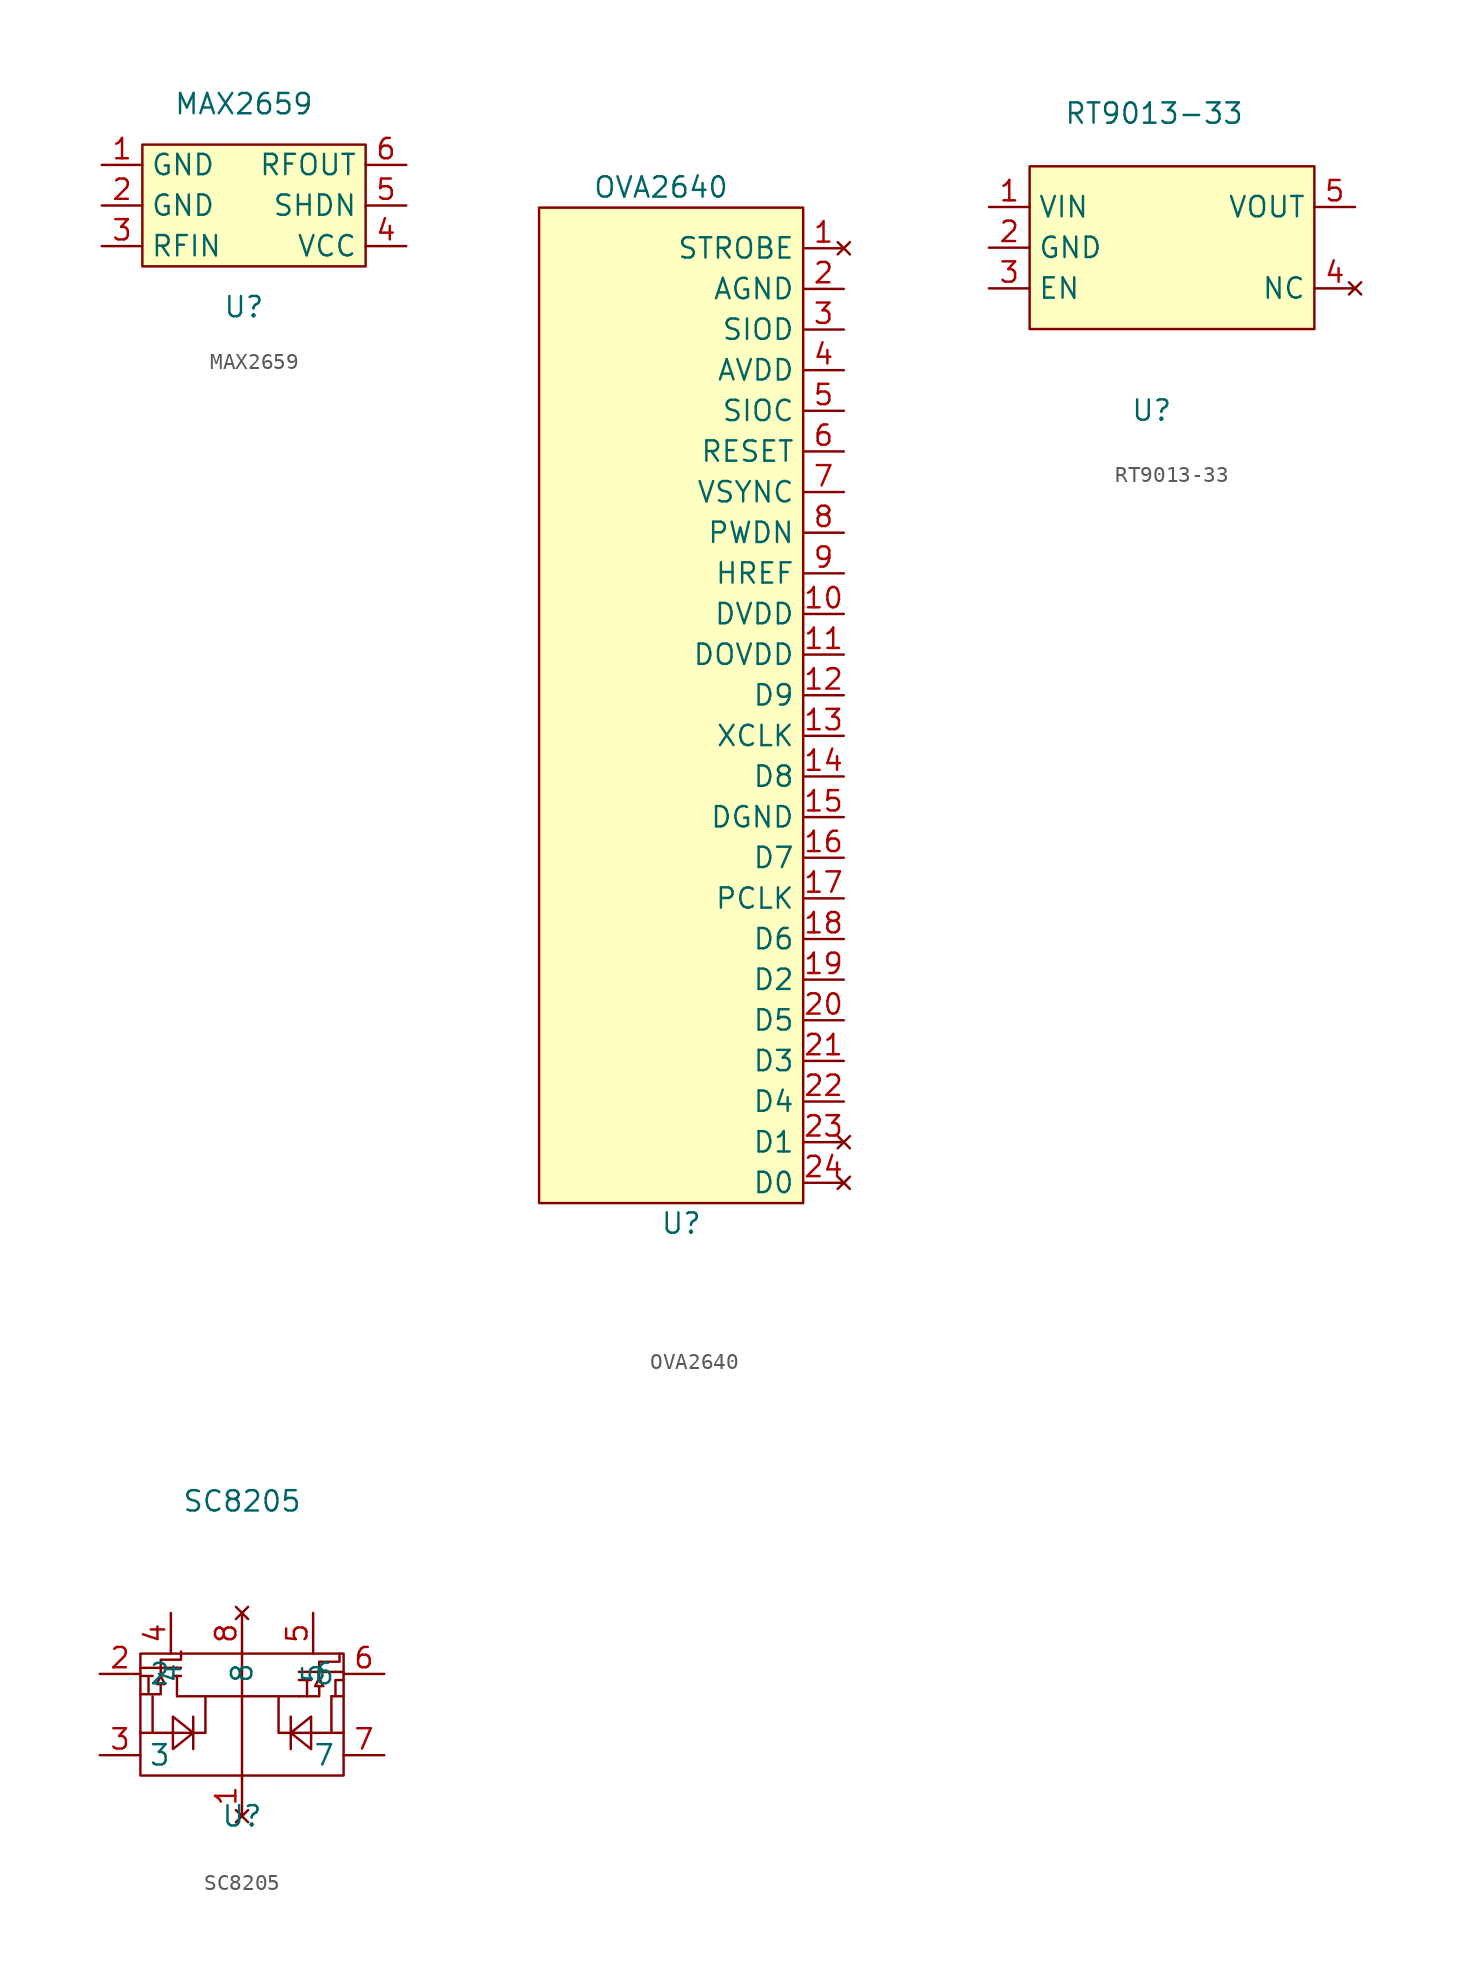
<source format=kicad_sym>
(kicad_symbol_lib
  (version 20211014)
  (generator kicad_symbol_editor)
  (symbol "MAX2659"
    (property "Reference" "U"
      (at 0 -3.81 0)
      (effects (font (size 1.27 1.27))))
    (property "Value" "MAX2659"
      (at 0 8.89 0)
      (effects (font (size 1.27 1.27))))
    (symbol "MAX2659_0_1"
      (rectangle (start -6.35 6.35) (end 7.62 -1.27) (stroke (width 0) (type default) (color 0 0 0 0)) (fill (type background))))
    (symbol "MAX2659_1_1"
      (pin power_in line (at -8.89 5.08 0) (length 2.54) (name "GND" (effects (font (size 1.27 1.27)))) (number "1" (effects (font (size 1.27 1.27)))))
      (pin power_in line (at -8.89 2.54 0) (length 2.54) (name "GND" (effects (font (size 1.27 1.27)))) (number "2" (effects (font (size 1.27 1.27)))))
      (pin input line (at -8.89 0 0) (length 2.54) (name "RFIN" (effects (font (size 1.27 1.27)))) (number "3" (effects (font (size 1.27 1.27)))))
      (pin power_in line (at 10.16 0 180) (length 2.54) (name "VCC" (effects (font (size 1.27 1.27)))) (number "4" (effects (font (size 1.27 1.27)))))
      (pin input line (at 10.16 2.54 180) (length 2.54) (name "SHDN" (effects (font (size 1.27 1.27)))) (number "5" (effects (font (size 1.27 1.27)))))
      (pin output line (at 10.16 5.08 180) (length 2.54) (name "RFOUT" (effects (font (size 1.27 1.27)))) (number "6" (effects (font (size 1.27 1.27)))))))
  (symbol "OVA2640"
    (property "Reference" "U"
      (at 1.27 -26.67 0)
      (effects (font (size 1.27 1.27))))
    (property "Value" "OVA2640"
      (at 0 38.1 0)
      (effects (font (size 1.27 1.27))))
    (symbol "OVA2640_0_1"
      (rectangle (start -7.62 36.83) (end 8.89 -25.4) (stroke (width 0) (type default) (color 0 0 0 0)) (fill (type background))))
    (symbol "OVA2640_1_1"
      (pin no_connect line (at 11.43 34.29 180) (length 2.54) (name "STROBE" (effects (font (size 1.27 1.27)))) (number "1" (effects (font (size 1.27 1.27)))))
      (pin power_in line (at 11.43 11.43 180) (length 2.54) (name "DVDD" (effects (font (size 1.27 1.27)))) (number "10" (effects (font (size 1.27 1.27)))))
      (pin power_in line (at 11.43 8.89 180) (length 2.54) (name "DOVDD" (effects (font (size 1.27 1.27)))) (number "11" (effects (font (size 1.27 1.27)))))
      (pin input line (at 11.43 6.35 180) (length 2.54) (name "D9" (effects (font (size 1.27 1.27)))) (number "12" (effects (font (size 1.27 1.27)))))
      (pin bidirectional line (at 11.43 3.81 180) (length 2.54) (name "XCLK" (effects (font (size 1.27 1.27)))) (number "13" (effects (font (size 1.27 1.27)))))
      (pin output line (at 11.43 1.27 180) (length 2.54) (name "D8" (effects (font (size 1.27 1.27)))) (number "14" (effects (font (size 1.27 1.27)))))
      (pin power_in line (at 11.43 -1.27 180) (length 2.54) (name "DGND" (effects (font (size 1.27 1.27)))) (number "15" (effects (font (size 1.27 1.27)))))
      (pin output line (at 11.43 -3.81 180) (length 2.54) (name "D7" (effects (font (size 1.27 1.27)))) (number "16" (effects (font (size 1.27 1.27)))))
      (pin bidirectional line (at 11.43 -6.35 180) (length 2.54) (name "PCLK" (effects (font (size 1.27 1.27)))) (number "17" (effects (font (size 1.27 1.27)))))
      (pin output line (at 11.43 -8.89 180) (length 2.54) (name "D6" (effects (font (size 1.27 1.27)))) (number "18" (effects (font (size 1.27 1.27)))))
      (pin output line (at 11.43 -11.43 180) (length 2.54) (name "D2" (effects (font (size 1.27 1.27)))) (number "19" (effects (font (size 1.27 1.27)))))
      (pin power_in line (at 11.43 31.75 180) (length 2.54) (name "AGND" (effects (font (size 1.27 1.27)))) (number "2" (effects (font (size 1.27 1.27)))))
      (pin output line (at 11.43 -13.97 180) (length 2.54) (name "D5" (effects (font (size 1.27 1.27)))) (number "20" (effects (font (size 1.27 1.27)))))
      (pin output line (at 11.43 -16.51 180) (length 2.54) (name "D3" (effects (font (size 1.27 1.27)))) (number "21" (effects (font (size 1.27 1.27)))))
      (pin output line (at 11.43 -19.05 180) (length 2.54) (name "D4" (effects (font (size 1.27 1.27)))) (number "22" (effects (font (size 1.27 1.27)))))
      (pin no_connect line (at 11.43 -21.59 180) (length 2.54) (name "D1" (effects (font (size 1.27 1.27)))) (number "23" (effects (font (size 1.27 1.27)))))
      (pin no_connect line (at 11.43 -24.13 180) (length 2.54) (name "D0" (effects (font (size 1.27 1.27)))) (number "24" (effects (font (size 1.27 1.27)))))
      (pin bidirectional line (at 11.43 29.21 180) (length 2.54) (name "SIOD" (effects (font (size 1.27 1.27)))) (number "3" (effects (font (size 1.27 1.27)))))
      (pin power_in line (at 11.43 26.67 180) (length 2.54) (name "AVDD" (effects (font (size 1.27 1.27)))) (number "4" (effects (font (size 1.27 1.27)))))
      (pin bidirectional line (at 11.43 24.13 180) (length 2.54) (name "SIOC" (effects (font (size 1.27 1.27)))) (number "5" (effects (font (size 1.27 1.27)))))
      (pin bidirectional line (at 11.43 21.59 180) (length 2.54) (name "RESET" (effects (font (size 1.27 1.27)))) (number "6" (effects (font (size 1.27 1.27)))))
      (pin bidirectional line (at 11.43 19.05 180) (length 2.54) (name "VSYNC" (effects (font (size 1.27 1.27)))) (number "7" (effects (font (size 1.27 1.27)))))
      (pin bidirectional line (at 11.43 16.51 180) (length 2.54) (name "PWDN" (effects (font (size 1.27 1.27)))) (number "8" (effects (font (size 1.27 1.27)))))
      (pin bidirectional line (at 11.43 13.97 180) (length 2.54) (name "HREF" (effects (font (size 1.27 1.27)))) (number "9" (effects (font (size 1.27 1.27)))))))
  (symbol "RT9013-33"
    (property "Reference" "U"
      (at 0 -7.62 0)
      (effects (font (size 1.27 1.27))))
    (property "Value" "RT9013-33"
      (at 0.152 10.922 0)
      (effects (font (size 1.27 1.27))))
    (symbol "RT9013-33_0_1"
      (rectangle (start -7.62 7.62) (end 10.16 -2.54) (stroke (width 0) (type default) (color 0 0 0 0)) (fill (type background))))
    (symbol "RT9013-33_1_1"
      (pin input line (at -10.16 5.08 0) (length 2.54) (name "VIN" (effects (font (size 1.27 1.27)))) (number "1" (effects (font (size 1.27 1.27)))))
      (pin input line (at -10.16 2.54 0) (length 2.54) (name "GND" (effects (font (size 1.27 1.27)))) (number "2" (effects (font (size 1.27 1.27)))))
      (pin input line (at -10.16 0 0) (length 2.54) (name "EN" (effects (font (size 1.27 1.27)))) (number "3" (effects (font (size 1.27 1.27)))))
      (pin no_connect line (at 12.7 0 180) (length 2.54) (name "NC" (effects (font (size 1.27 1.27)))) (number "4" (effects (font (size 1.27 1.27)))))
      (pin output line (at 12.7 5.08 180) (length 2.54) (name "VOUT" (effects (font (size 1.27 1.27)))) (number "5" (effects (font (size 1.27 1.27)))))))
  (symbol "SC8205"
    (property "Reference" "U"
      (at 0 -6.985 0)
      (effects (font (size 1.27 1.27))))
    (property "Value" "SC8205"
      (at 0 12.7 0)
      (effects (font (size 1.27 1.27))))
    (symbol "SC8205_0_1"
      (rectangle (start -6.35 3.175) (end 6.35 -4.445) (stroke (width 0) (type default) (color 0 0 0 0)) (fill (type none)))
      (polyline (pts (xy -6.35 2.286) (xy -4.064 2.286)) (stroke (width 0) (type default) (color 0 0 0 0)) (fill (type none)))
      (polyline (pts (xy -4.318 1.778) (xy -3.81 1.778)) (stroke (width 0) (type default) (color 0 0 0 0)) (fill (type none)))
      (polyline (pts (xy -4.064 2.286) (xy -3.81 2.286)) (stroke (width 0) (type default) (color 0 0 0 0)) (fill (type none)))
      (polyline (pts (xy -3.048 -0.762) (xy -3.048 -2.794)) (stroke (width 0) (type default) (color 0 0 0 0)) (fill (type none)))
      (polyline (pts (xy 3.048 -0.762) (xy 3.048 -2.794)) (stroke (width 0) (type default) (color 0 0 0 0)) (fill (type none)))
      (polyline (pts (xy 3.556 2.032) (xy 5.842 2.032)) (stroke (width 0) (type default) (color 0 0 0 0)) (fill (type none)))
      (polyline (pts (xy 5.842 2.032) (xy 6.35 2.032)) (stroke (width 0) (type default) (color 0 0 0 0)) (fill (type none)))
      (polyline (pts (xy -4.064 1.778) (xy -4.064 0.508) (xy 0 0.508)) (stroke (width 0) (type default) (color 0 0 0 0)) (fill (type none)))
      (polyline (pts (xy -3.048 -1.778) (xy -2.286 -1.778) (xy -2.286 0.508)) (stroke (width 0) (type default) (color 0 0 0 0)) (fill (type none)))
      (polyline (pts (xy 3.048 -1.778) (xy 2.286 -1.778) (xy 2.286 0.508)) (stroke (width 0) (type default) (color 0 0 0 0)) (fill (type none)))
      (polyline (pts (xy -5.842 0.762) (xy -5.842 1.778) (xy -6.35 1.778) (xy -5.588 1.778)) (stroke (width 0) (type default) (color 0 0 0 0)) (fill (type none)))
      (polyline (pts (xy -5.08 1.778) (xy -5.08 2.794) (xy -3.81 2.794) (xy -3.81 3.302)) (stroke (width 0) (type default) (color 0 0 0 0)) (fill (type none)))
      (polyline (pts (xy 4.064 0.508) (xy 4.064 1.524) (xy 3.556 1.524) (xy 4.318 1.524)) (stroke (width 0) (type default) (color 0 0 0 0)) (fill (type none)))
      (polyline (pts (xy 4.826 1.651) (xy 4.826 2.667) (xy 6.096 2.667) (xy 6.096 3.175)) (stroke (width 0) (type default) (color 0 0 0 0)) (fill (type none)))
      (polyline (pts (xy 5.588 0.508) (xy 6.35 0.508) (xy 5.842 0.508) (xy 5.842 1.524) (xy 6.35 1.524)) (stroke (width 0) (type default) (color 0 0 0 0)) (fill (type none)))
      (polyline (pts (xy 0 0.508) (xy 3.556 0.508) (xy 0 0.508) (xy 0 3.302) (xy 0 -4.318) (xy 0 -4.572)) (stroke (width 0) (type default) (color 0 0 0 0)) (fill (type none)))
      (polyline (pts (xy -6.35 0.635) (xy -5.08 0.635) (xy -5.08 1.27) (xy -5.334 1.27) (xy -5.08 1.778) (xy -4.826 1.27) (xy -5.08 1.27)) (stroke (width 0) (type default) (color 0 0 0 0)) (fill (type none)))
      (polyline (pts (xy 3.556 0.508) (xy 4.826 0.508) (xy 4.826 1.143) (xy 4.572 1.143) (xy 4.826 1.651) (xy 5.08 1.143) (xy 4.826 1.143)) (stroke (width 0) (type default) (color 0 0 0 0)) (fill (type none)))
      (polyline (pts (xy -6.35 -1.778) (xy -5.588 -1.778) (xy -5.588 0.508) (xy -5.588 -1.778) (xy -4.318 -1.778) (xy -4.318 -0.762) (xy -3.048 -1.778) (xy -4.318 -1.778) (xy -4.318 -2.794) (xy -3.048 -1.778)) (stroke (width 0) (type default) (color 0 0 0 0)) (fill (type none)))
      (polyline (pts (xy 6.35 -1.778) (xy 5.588 -1.778) (xy 5.588 0.508) (xy 5.588 -1.778) (xy 4.318 -1.778) (xy 4.318 -0.762) (xy 3.048 -1.778) (xy 4.318 -1.778) (xy 4.318 -2.794) (xy 3.048 -1.778)) (stroke (width 0) (type default) (color 0 0 0 0)) (fill (type none))))
    (symbol "SC8205_1_1"
      (pin no_connect line (at 0 -6.985 90) (length 2.54) (name "" (effects (font (size 1.27 1.27)))) (number "1" (effects (font (size 1.27 1.27)))))
      (pin input line (at -8.89 1.905 0) (length 2.54) (name "2" (effects (font (size 1.27 1.27)))) (number "2" (effects (font (size 1.27 1.27)))))
      (pin input line (at -8.89 -3.175 0) (length 2.54) (name "3" (effects (font (size 1.27 1.27)))) (number "3" (effects (font (size 1.27 1.27)))))
      (pin input line (at -4.445 5.715 270) (length 2.54) (name "4" (effects (font (size 1.27 1.27)))) (number "4" (effects (font (size 1.27 1.27)))))
      (pin input line (at 4.445 5.715 270) (length 2.54) (name "5" (effects (font (size 1.27 1.27)))) (number "5" (effects (font (size 1.27 1.27)))))
      (pin input line (at 8.89 1.905 180) (length 2.54) (name "6" (effects (font (size 1.27 1.27)))) (number "6" (effects (font (size 1.27 1.27)))))
      (pin input line (at 8.89 -3.175 180) (length 2.54) (name "7" (effects (font (size 1.27 1.27)))) (number "7" (effects (font (size 1.27 1.27)))))
      (pin no_connect line (at 0 5.715 270) (length 2.54) (name "8" (effects (font (size 1.27 1.27)))) (number "8" (effects (font (size 1.27 1.27))))))))
</source>
